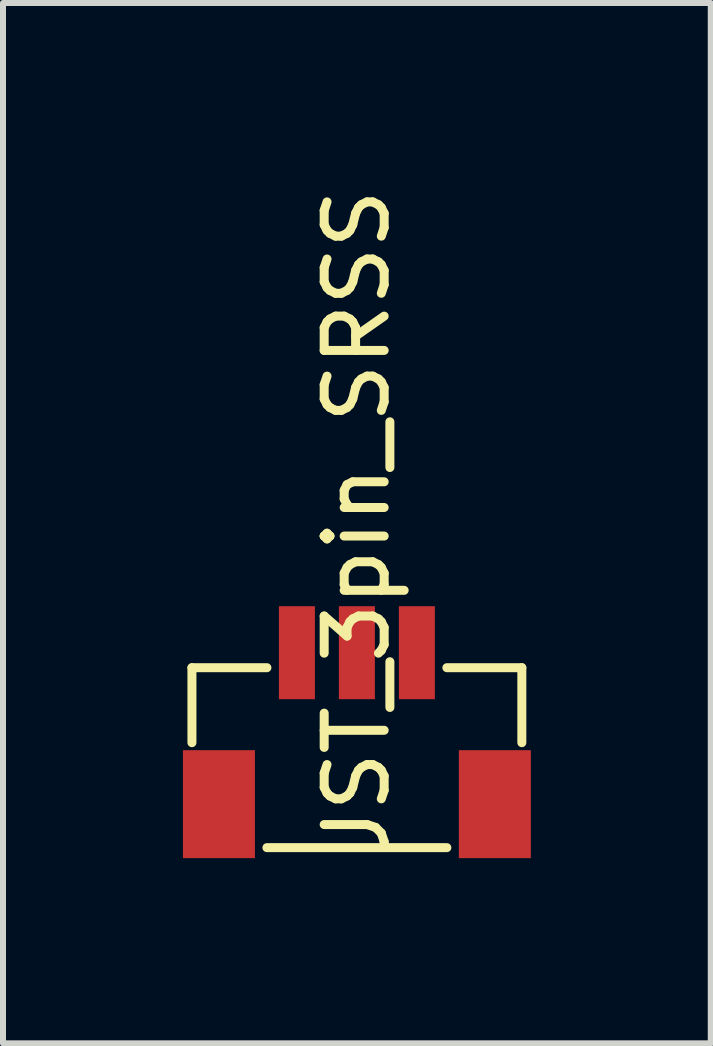
<source format=kicad_pcb>
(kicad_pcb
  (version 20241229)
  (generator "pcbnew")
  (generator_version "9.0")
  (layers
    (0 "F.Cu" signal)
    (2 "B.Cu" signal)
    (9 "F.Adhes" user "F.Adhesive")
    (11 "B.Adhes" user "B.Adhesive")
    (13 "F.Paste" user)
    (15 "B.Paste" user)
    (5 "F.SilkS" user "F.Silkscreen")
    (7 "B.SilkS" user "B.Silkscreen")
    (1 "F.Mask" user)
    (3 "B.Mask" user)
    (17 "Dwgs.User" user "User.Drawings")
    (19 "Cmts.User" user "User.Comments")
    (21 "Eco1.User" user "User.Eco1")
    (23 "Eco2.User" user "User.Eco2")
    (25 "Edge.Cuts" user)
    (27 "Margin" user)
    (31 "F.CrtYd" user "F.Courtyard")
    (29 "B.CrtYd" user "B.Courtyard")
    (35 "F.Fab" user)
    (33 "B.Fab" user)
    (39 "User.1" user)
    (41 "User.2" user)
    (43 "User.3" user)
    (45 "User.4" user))
  (footprint "JST_3pin_SRSS"
    (layer "F.Cu")
    (at 2.9 7.832)
    (property "Reference" "JST_3pin_SRSS" (at 0 -2.159 270) (layer "F.SilkS") (effects (font (size 1 1) (thickness 0.15))))
    (attr through_hole)
    (fp_line (start -2.75 0.25) (end -1.5 0.25) (stroke (width 0.15) (type solid)) (layer "F.SilkS"))
    (fp_line (start -2.75 1.5) (end -2.75 0.25) (stroke (width 0.15) (type solid)) (layer "F.SilkS"))
    (fp_line (start 1.5 0.25) (end 2.75 0.25) (stroke (width 0.15) (type solid)) (layer "F.SilkS"))
    (fp_line (start 1.5 3.25) (end -1.5 3.25) (stroke (width 0.15) (type solid)) (layer "F.SilkS"))
    (fp_line (start 2.75 0.25) (end 2.75 1.5) (stroke (width 0.15) (type solid)) (layer "F.SilkS"))
    (pad "1" smd rect (at -1 0) (size 0.6 1.55) (layers "F.Cu" "F.Mask" "F.Paste"))
    (pad "2" smd rect (at 0 0) (size 0.6 1.55) (layers "F.Cu" "F.Mask" "F.Paste"))
    (pad "3" smd rect (at 1 0) (size 0.6 1.55) (layers "F.Cu" "F.Mask" "F.Paste"))
    (pad "4" smd rect (at 2.3 2.525) (size 1.2 1.8) (layers "F.Cu" "F.Mask" "F.Paste"))
    (pad "5" smd rect (at -2.3 2.525) (size 1.2 1.8) (layers "F.Cu" "F.Mask" "F.Paste")))
  (gr_rect
    (start -3 -3)
    (end 8.8 14.345)
    (stroke (width 0.1) (type default))
    (fill no)
    (layer "Edge.Cuts")))
</source>
